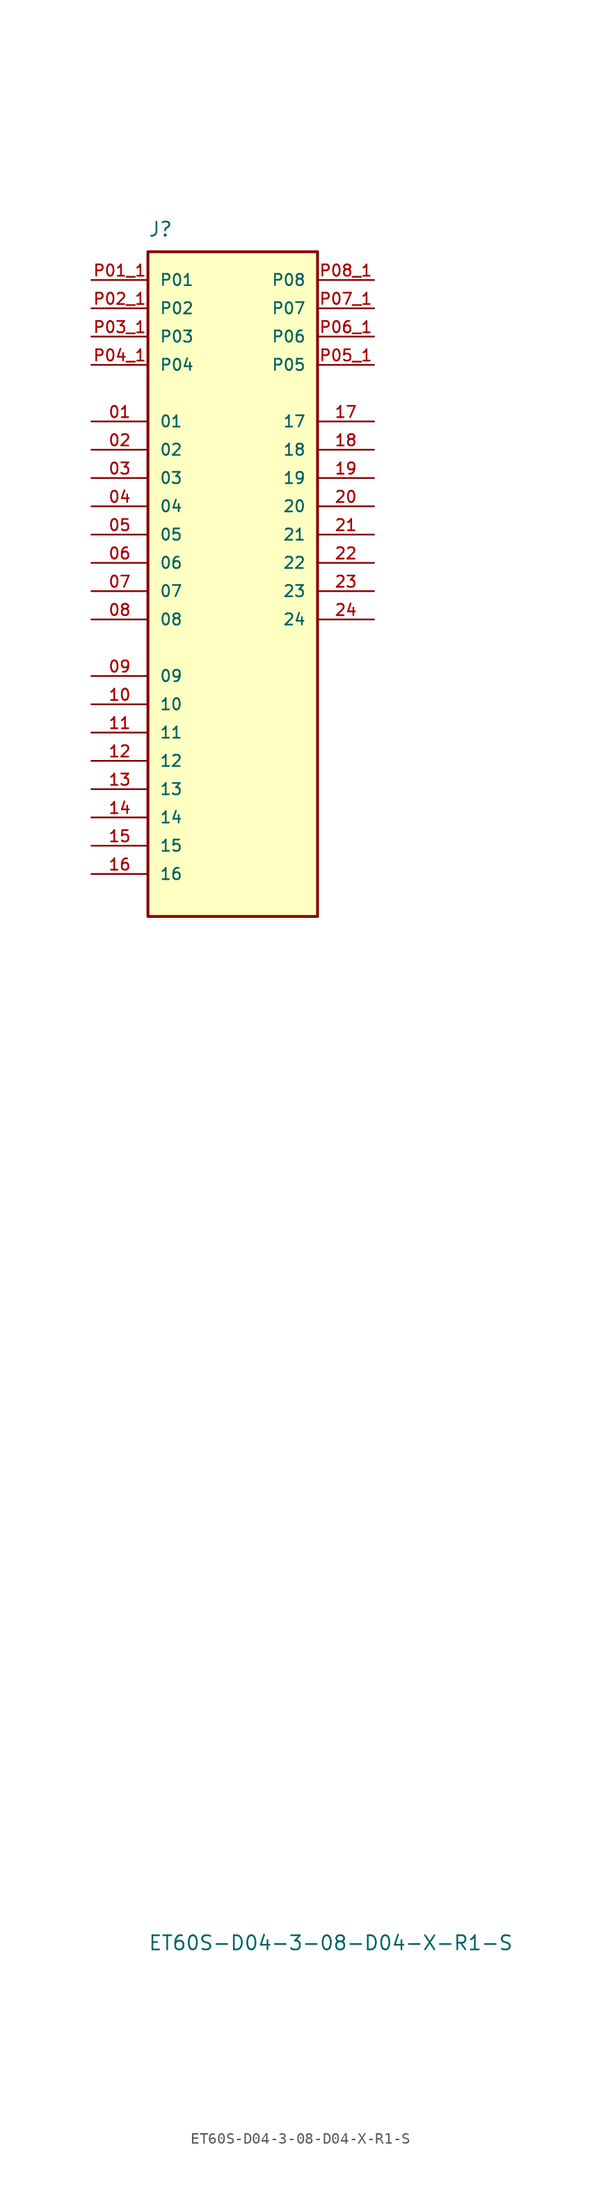
<source format=kicad_sym>
(kicad_symbol_lib
  (version 20231120)
  (generator "kicad_symbol_editor")
  (generator_version "8.0")
  (symbol "ET60S-D04-3-08-D04-X-R1-S"
    (pin_names
      (offset 1.016))
    (property "Reference" "J"
      (at -7.62 29.21 0)
      (effects (font (size 1.27 1.27)) (justify left bottom)))
    (property "Value" "ET60S-D04-3-08-D04-X-R1-S"
      (at -7.62 -123.19 0)
      (effects (font (size 1.27 1.27)) (justify left top)))
    (symbol "ET60S-D04-3-08-D04-X-R1-S_0_0"
      (rectangle (start -7.62 27.94) (end 7.62 -31.75) (stroke (width 0.254) (type default)) (fill (type background)))
      (pin passive line (at -12.7 12.7 0) (length 5.08) (name "01" (effects (font (size 1.016 1.016)))) (number "01" (effects (font (size 1.016 1.016)))))
      (pin passive line (at -12.7 10.16 0) (length 5.08) (name "02" (effects (font (size 1.016 1.016)))) (number "02" (effects (font (size 1.016 1.016)))))
      (pin passive line (at -12.7 7.62 0) (length 5.08) (name "03" (effects (font (size 1.016 1.016)))) (number "03" (effects (font (size 1.016 1.016)))))
      (pin passive line (at -12.7 5.08 0) (length 5.08) (name "04" (effects (font (size 1.016 1.016)))) (number "04" (effects (font (size 1.016 1.016)))))
      (pin passive line (at -12.7 2.54 0) (length 5.08) (name "05" (effects (font (size 1.016 1.016)))) (number "05" (effects (font (size 1.016 1.016)))))
      (pin passive line (at -12.7 0 0) (length 5.08) (name "06" (effects (font (size 1.016 1.016)))) (number "06" (effects (font (size 1.016 1.016)))))
      (pin passive line (at -12.7 -2.54 0) (length 5.08) (name "07" (effects (font (size 1.016 1.016)))) (number "07" (effects (font (size 1.016 1.016)))))
      (pin passive line (at -12.7 -5.08 0) (length 5.08) (name "08" (effects (font (size 1.016 1.016)))) (number "08" (effects (font (size 1.016 1.016)))))
      (pin passive line (at -12.7 -10.16 0) (length 5.08) (name "09" (effects (font (size 1.016 1.016)))) (number "09" (effects (font (size 1.016 1.016)))))
      (pin passive line (at -12.7 -12.7 0) (length 5.08) (name "10" (effects (font (size 1.016 1.016)))) (number "10" (effects (font (size 1.016 1.016)))))
      (pin passive line (at -12.7 -15.24 0) (length 5.08) (name "11" (effects (font (size 1.016 1.016)))) (number "11" (effects (font (size 1.016 1.016)))))
      (pin passive line (at -12.7 -17.78 0) (length 5.08) (name "12" (effects (font (size 1.016 1.016)))) (number "12" (effects (font (size 1.016 1.016)))))
      (pin passive line (at -12.7 -20.32 0) (length 5.08) (name "13" (effects (font (size 1.016 1.016)))) (number "13" (effects (font (size 1.016 1.016)))))
      (pin passive line (at -12.7 -22.86 0) (length 5.08) (name "14" (effects (font (size 1.016 1.016)))) (number "14" (effects (font (size 1.016 1.016)))))
      (pin passive line (at -12.7 -25.4 0) (length 5.08) (name "15" (effects (font (size 1.016 1.016)))) (number "15" (effects (font (size 1.016 1.016)))))
      (pin passive line (at -12.7 -27.94 0) (length 5.08) (name "16" (effects (font (size 1.016 1.016)))) (number "16" (effects (font (size 1.016 1.016)))))
      (pin passive line (at 12.7 12.7 180) (length 5.08) (name "17" (effects (font (size 1.016 1.016)))) (number "17" (effects (font (size 1.016 1.016)))))
      (pin passive line (at 12.7 10.16 180) (length 5.08) (name "18" (effects (font (size 1.016 1.016)))) (number "18" (effects (font (size 1.016 1.016)))))
      (pin passive line (at 12.7 7.62 180) (length 5.08) (name "19" (effects (font (size 1.016 1.016)))) (number "19" (effects (font (size 1.016 1.016)))))
      (pin passive line (at 12.7 5.08 180) (length 5.08) (name "20" (effects (font (size 1.016 1.016)))) (number "20" (effects (font (size 1.016 1.016)))))
      (pin passive line (at 12.7 2.54 180) (length 5.08) (name "21" (effects (font (size 1.016 1.016)))) (number "21" (effects (font (size 1.016 1.016)))))
      (pin passive line (at 12.7 0 180) (length 5.08) (name "22" (effects (font (size 1.016 1.016)))) (number "22" (effects (font (size 1.016 1.016)))))
      (pin passive line (at 12.7 -2.54 180) (length 5.08) (name "23" (effects (font (size 1.016 1.016)))) (number "23" (effects (font (size 1.016 1.016)))))
      (pin passive line (at 12.7 -5.08 180) (length 5.08) (name "24" (effects (font (size 1.016 1.016)))) (number "24" (effects (font (size 1.016 1.016)))))
      (pin power_in line (at -12.7 22.86 0) (length 5.08) (name "P02" (effects (font (size 1.016 1.016)))) (number "P02_1" (effects (font (size 1.016 1.016)))))
      (pin power_in line (at -12.7 20.32 0) (length 5.08) (name "P03" (effects (font (size 1.016 1.016)))) (number "P03_1" (effects (font (size 1.016 1.016)))))
      (pin power_in line (at 12.7 17.78 180) (length 5.08) (name "P05" (effects (font (size 1.016 1.016)))) (number "P05_1" (effects (font (size 1.016 1.016)))))
      (pin power_in line (at 12.7 20.32 180) (length 5.08) (name "P06" (effects (font (size 1.016 1.016)))) (number "P06_1" (effects (font (size 1.016 1.016)))))
      (pin power_in line (at 12.7 22.86 180) (length 5.08) (name "P07" (effects (font (size 1.016 1.016)))) (number "P07_1" (effects (font (size 1.016 1.016)))))
      (pin power_in line (at 12.7 25.4 180) (length 5.08) (name "P08" (effects (font (size 1.016 1.016)))) (number "P08_1" (effects (font (size 1.016 1.016))))))
    (symbol "ET60S-D04-3-08-D04-X-R1-S_1_0"
      (pin power_in line (at -12.7 25.4 0) (length 5.08) (name "P01" (effects (font (size 1.016 1.016)))) (number "P01_1" (effects (font (size 1.016 1.016)))))
      (pin power_in line (at -12.7 25.4 0) (length 5.08) hide (name "P01" (effects (font (size 1.016 1.016)))) (number "P01_1" (effects (font (size 1.016 1.016)))))
      (pin power_in line (at -12.7 25.4 0) (length 5.08) hide (name "P01" (effects (font (size 1.016 1.016)))) (number "P01_1" (effects (font (size 1.016 1.016)))))
      (pin power_in line (at -12.7 25.4 0) (length 5.08) hide (name "P01" (effects (font (size 1.016 1.016)))) (number "P01_1" (effects (font (size 1.016 1.016)))))
      (pin power_in line (at -12.7 25.4 0) (length 5.08) hide (name "P01" (effects (font (size 1.016 1.016)))) (number "P01_1" (effects (font (size 1.016 1.016)))))
      (pin power_in line (at -12.7 25.4 0) (length 5.08) hide (name "P01" (effects (font (size 1.016 1.016)))) (number "P01_1" (effects (font (size 1.016 1.016)))))
      (pin power_in line (at -12.7 25.4 0) (length 5.08) hide (name "P01" (effects (font (size 1.016 1.016)))) (number "P01_1" (effects (font (size 1.016 1.016)))))
      (pin power_in line (at -12.7 25.4 0) (length 5.08) hide (name "P01" (effects (font (size 1.016 1.016)))) (number "P01_1" (effects (font (size 1.016 1.016)))))
      (pin power_in line (at -12.7 25.4 0) (length 5.08) hide (name "P01" (effects (font (size 1.016 1.016)))) (number "P01_1" (effects (font (size 1.016 1.016)))))
      (pin power_in line (at -12.7 25.4 0) (length 5.08) hide (name "P01" (effects (font (size 1.016 1.016)))) (number "P01_1" (effects (font (size 1.016 1.016)))))
      (pin power_in line (at -12.7 22.86 0) (length 5.08) hide (name "P02" (effects (font (size 1.016 1.016)))) (number "P02_1" (effects (font (size 1.016 1.016)))))
      (pin power_in line (at -12.7 22.86 0) (length 5.08) hide (name "P02" (effects (font (size 1.016 1.016)))) (number "P02_1" (effects (font (size 1.016 1.016)))))
      (pin power_in line (at -12.7 22.86 0) (length 5.08) hide (name "P02" (effects (font (size 1.016 1.016)))) (number "P02_1" (effects (font (size 1.016 1.016)))))
      (pin power_in line (at -12.7 22.86 0) (length 5.08) hide (name "P02" (effects (font (size 1.016 1.016)))) (number "P02_1" (effects (font (size 1.016 1.016)))))
      (pin power_in line (at -12.7 22.86 0) (length 5.08) hide (name "P02" (effects (font (size 1.016 1.016)))) (number "P02_1" (effects (font (size 1.016 1.016)))))
      (pin power_in line (at -12.7 22.86 0) (length 5.08) hide (name "P02" (effects (font (size 1.016 1.016)))) (number "P02_1" (effects (font (size 1.016 1.016)))))
      (pin power_in line (at -12.7 22.86 0) (length 5.08) hide (name "P02" (effects (font (size 1.016 1.016)))) (number "P02_1" (effects (font (size 1.016 1.016)))))
      (pin power_in line (at -12.7 22.86 0) (length 5.08) hide (name "P02" (effects (font (size 1.016 1.016)))) (number "P02_1" (effects (font (size 1.016 1.016)))))
      (pin power_in line (at -12.7 22.86 0) (length 5.08) hide (name "P02" (effects (font (size 1.016 1.016)))) (number "P02_1" (effects (font (size 1.016 1.016)))))
      (pin power_in line (at -12.7 20.32 0) (length 5.08) hide (name "P03" (effects (font (size 1.016 1.016)))) (number "P03_1" (effects (font (size 1.016 1.016)))))
      (pin power_in line (at -12.7 20.32 0) (length 5.08) hide (name "P03" (effects (font (size 1.016 1.016)))) (number "P03_1" (effects (font (size 1.016 1.016)))))
      (pin power_in line (at -12.7 20.32 0) (length 5.08) hide (name "P03" (effects (font (size 1.016 1.016)))) (number "P03_1" (effects (font (size 1.016 1.016)))))
      (pin power_in line (at -12.7 20.32 0) (length 5.08) hide (name "P03" (effects (font (size 1.016 1.016)))) (number "P03_1" (effects (font (size 1.016 1.016)))))
      (pin power_in line (at -12.7 20.32 0) (length 5.08) hide (name "P03" (effects (font (size 1.016 1.016)))) (number "P03_1" (effects (font (size 1.016 1.016)))))
      (pin power_in line (at -12.7 20.32 0) (length 5.08) hide (name "P03" (effects (font (size 1.016 1.016)))) (number "P03_1" (effects (font (size 1.016 1.016)))))
      (pin power_in line (at -12.7 20.32 0) (length 5.08) hide (name "P03" (effects (font (size 1.016 1.016)))) (number "P03_1" (effects (font (size 1.016 1.016)))))
      (pin power_in line (at -12.7 20.32 0) (length 5.08) hide (name "P03" (effects (font (size 1.016 1.016)))) (number "P03_1" (effects (font (size 1.016 1.016)))))
      (pin power_in line (at -12.7 20.32 0) (length 5.08) hide (name "P03" (effects (font (size 1.016 1.016)))) (number "P03_1" (effects (font (size 1.016 1.016)))))
      (pin power_in line (at -12.7 17.78 0) (length 5.08) (name "P04" (effects (font (size 1.016 1.016)))) (number "P04_1" (effects (font (size 1.016 1.016)))))
      (pin power_in line (at -12.7 17.78 0) (length 5.08) hide (name "P04" (effects (font (size 1.016 1.016)))) (number "P04_1" (effects (font (size 1.016 1.016)))))
      (pin power_in line (at -12.7 17.78 0) (length 5.08) hide (name "P04" (effects (font (size 1.016 1.016)))) (number "P04_1" (effects (font (size 1.016 1.016)))))
      (pin power_in line (at -12.7 17.78 0) (length 5.08) hide (name "P04" (effects (font (size 1.016 1.016)))) (number "P04_1" (effects (font (size 1.016 1.016)))))
      (pin power_in line (at -12.7 17.78 0) (length 5.08) hide (name "P04" (effects (font (size 1.016 1.016)))) (number "P04_1" (effects (font (size 1.016 1.016)))))
      (pin power_in line (at -12.7 17.78 0) (length 5.08) hide (name "P04" (effects (font (size 1.016 1.016)))) (number "P04_1" (effects (font (size 1.016 1.016)))))
      (pin power_in line (at -12.7 17.78 0) (length 5.08) hide (name "P04" (effects (font (size 1.016 1.016)))) (number "P04_1" (effects (font (size 1.016 1.016)))))
      (pin power_in line (at -12.7 17.78 0) (length 5.08) hide (name "P04" (effects (font (size 1.016 1.016)))) (number "P04_1" (effects (font (size 1.016 1.016)))))
      (pin power_in line (at -12.7 17.78 0) (length 5.08) hide (name "P04" (effects (font (size 1.016 1.016)))) (number "P04_1" (effects (font (size 1.016 1.016)))))
      (pin power_in line (at -12.7 17.78 0) (length 5.08) hide (name "P04" (effects (font (size 1.016 1.016)))) (number "P04_1" (effects (font (size 1.016 1.016)))))
      (pin power_in line (at 12.7 17.78 180) (length 5.08) hide (name "P05" (effects (font (size 1.016 1.016)))) (number "P05_1" (effects (font (size 1.016 1.016)))))
      (pin power_in line (at 12.7 17.78 180) (length 5.08) hide (name "P05" (effects (font (size 1.016 1.016)))) (number "P05_1" (effects (font (size 1.016 1.016)))))
      (pin power_in line (at 12.7 17.78 180) (length 5.08) hide (name "P05" (effects (font (size 1.016 1.016)))) (number "P05_1" (effects (font (size 1.016 1.016)))))
      (pin power_in line (at 12.7 17.78 180) (length 5.08) hide (name "P05" (effects (font (size 1.016 1.016)))) (number "P05_1" (effects (font (size 1.016 1.016)))))
      (pin power_in line (at 12.7 17.78 180) (length 5.08) hide (name "P05" (effects (font (size 1.016 1.016)))) (number "P05_1" (effects (font (size 1.016 1.016)))))
      (pin power_in line (at 12.7 17.78 180) (length 5.08) hide (name "P05" (effects (font (size 1.016 1.016)))) (number "P05_1" (effects (font (size 1.016 1.016)))))
      (pin power_in line (at 12.7 17.78 180) (length 5.08) hide (name "P05" (effects (font (size 1.016 1.016)))) (number "P05_1" (effects (font (size 1.016 1.016)))))
      (pin power_in line (at 12.7 17.78 180) (length 5.08) hide (name "P05" (effects (font (size 1.016 1.016)))) (number "P05_1" (effects (font (size 1.016 1.016)))))
      (pin power_in line (at 12.7 17.78 180) (length 5.08) hide (name "P05" (effects (font (size 1.016 1.016)))) (number "P05_1" (effects (font (size 1.016 1.016)))))
      (pin power_in line (at 12.7 20.32 180) (length 5.08) hide (name "P06" (effects (font (size 1.016 1.016)))) (number "P06_1" (effects (font (size 1.016 1.016)))))
      (pin power_in line (at 12.7 20.32 180) (length 5.08) hide (name "P06" (effects (font (size 1.016 1.016)))) (number "P06_1" (effects (font (size 1.016 1.016)))))
      (pin power_in line (at 12.7 20.32 180) (length 5.08) hide (name "P06" (effects (font (size 1.016 1.016)))) (number "P06_1" (effects (font (size 1.016 1.016)))))
      (pin power_in line (at 12.7 20.32 180) (length 5.08) hide (name "P06" (effects (font (size 1.016 1.016)))) (number "P06_1" (effects (font (size 1.016 1.016)))))
      (pin power_in line (at 12.7 20.32 180) (length 5.08) hide (name "P06" (effects (font (size 1.016 1.016)))) (number "P06_1" (effects (font (size 1.016 1.016)))))
      (pin power_in line (at 12.7 20.32 180) (length 5.08) hide (name "P06" (effects (font (size 1.016 1.016)))) (number "P06_1" (effects (font (size 1.016 1.016)))))
      (pin power_in line (at 12.7 20.32 180) (length 5.08) hide (name "P06" (effects (font (size 1.016 1.016)))) (number "P06_1" (effects (font (size 1.016 1.016)))))
      (pin power_in line (at 12.7 20.32 180) (length 5.08) hide (name "P06" (effects (font (size 1.016 1.016)))) (number "P06_1" (effects (font (size 1.016 1.016)))))
      (pin power_in line (at 12.7 20.32 180) (length 5.08) hide (name "P06" (effects (font (size 1.016 1.016)))) (number "P06_1" (effects (font (size 1.016 1.016)))))
      (pin power_in line (at 12.7 22.86 180) (length 5.08) hide (name "P07" (effects (font (size 1.016 1.016)))) (number "P07_1" (effects (font (size 1.016 1.016)))))
      (pin power_in line (at 12.7 22.86 180) (length 5.08) hide (name "P07" (effects (font (size 1.016 1.016)))) (number "P07_1" (effects (font (size 1.016 1.016)))))
      (pin power_in line (at 12.7 22.86 180) (length 5.08) hide (name "P07" (effects (font (size 1.016 1.016)))) (number "P07_1" (effects (font (size 1.016 1.016)))))
      (pin power_in line (at 12.7 22.86 180) (length 5.08) hide (name "P07" (effects (font (size 1.016 1.016)))) (number "P07_1" (effects (font (size 1.016 1.016)))))
      (pin power_in line (at 12.7 22.86 180) (length 5.08) hide (name "P07" (effects (font (size 1.016 1.016)))) (number "P07_1" (effects (font (size 1.016 1.016)))))
      (pin power_in line (at 12.7 22.86 180) (length 5.08) hide (name "P07" (effects (font (size 1.016 1.016)))) (number "P07_1" (effects (font (size 1.016 1.016)))))
      (pin power_in line (at 12.7 22.86 180) (length 5.08) hide (name "P07" (effects (font (size 1.016 1.016)))) (number "P07_1" (effects (font (size 1.016 1.016)))))
      (pin power_in line (at 12.7 22.86 180) (length 5.08) hide (name "P07" (effects (font (size 1.016 1.016)))) (number "P07_1" (effects (font (size 1.016 1.016)))))
      (pin power_in line (at 12.7 22.86 180) (length 5.08) hide (name "P07" (effects (font (size 1.016 1.016)))) (number "P07_1" (effects (font (size 1.016 1.016)))))
      (pin power_in line (at 12.7 25.4 180) (length 5.08) hide (name "P08" (effects (font (size 1.016 1.016)))) (number "P08_1" (effects (font (size 1.016 1.016)))))
      (pin power_in line (at 12.7 25.4 180) (length 5.08) hide (name "P08" (effects (font (size 1.016 1.016)))) (number "P08_1" (effects (font (size 1.016 1.016)))))
      (pin power_in line (at 12.7 25.4 180) (length 5.08) hide (name "P08" (effects (font (size 1.016 1.016)))) (number "P08_1" (effects (font (size 1.016 1.016)))))
      (pin power_in line (at 12.7 25.4 180) (length 5.08) hide (name "P08" (effects (font (size 1.016 1.016)))) (number "P08_1" (effects (font (size 1.016 1.016)))))
      (pin power_in line (at 12.7 25.4 180) (length 5.08) hide (name "P08" (effects (font (size 1.016 1.016)))) (number "P08_1" (effects (font (size 1.016 1.016)))))
      (pin power_in line (at 12.7 25.4 180) (length 5.08) hide (name "P08" (effects (font (size 1.016 1.016)))) (number "P08_1" (effects (font (size 1.016 1.016)))))
      (pin power_in line (at 12.7 25.4 180) (length 5.08) hide (name "P08" (effects (font (size 1.016 1.016)))) (number "P08_1" (effects (font (size 1.016 1.016)))))
      (pin power_in line (at 12.7 25.4 180) (length 5.08) hide (name "P08" (effects (font (size 1.016 1.016)))) (number "P08_1" (effects (font (size 1.016 1.016)))))
      (pin power_in line (at 12.7 25.4 180) (length 5.08) hide (name "P08" (effects (font (size 1.016 1.016)))) (number "P08_1" (effects (font (size 1.016 1.016))))))))
</source>
